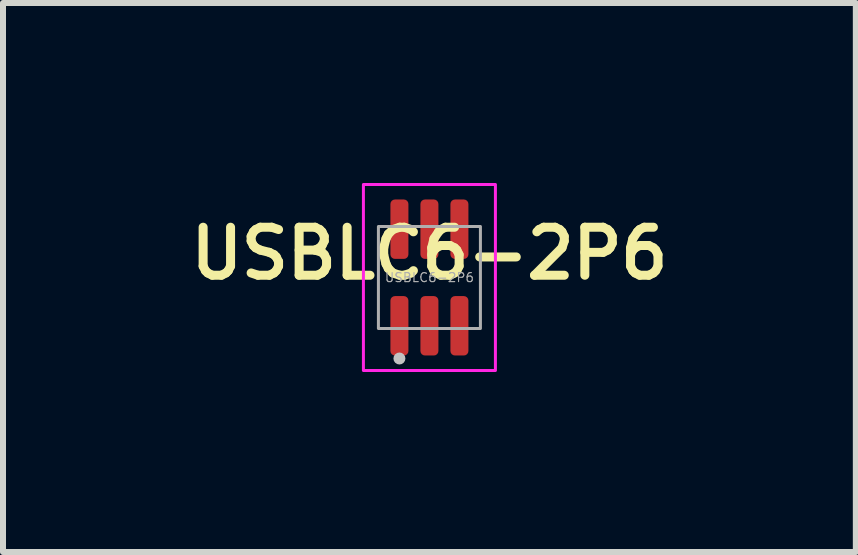
<source format=kicad_pcb>
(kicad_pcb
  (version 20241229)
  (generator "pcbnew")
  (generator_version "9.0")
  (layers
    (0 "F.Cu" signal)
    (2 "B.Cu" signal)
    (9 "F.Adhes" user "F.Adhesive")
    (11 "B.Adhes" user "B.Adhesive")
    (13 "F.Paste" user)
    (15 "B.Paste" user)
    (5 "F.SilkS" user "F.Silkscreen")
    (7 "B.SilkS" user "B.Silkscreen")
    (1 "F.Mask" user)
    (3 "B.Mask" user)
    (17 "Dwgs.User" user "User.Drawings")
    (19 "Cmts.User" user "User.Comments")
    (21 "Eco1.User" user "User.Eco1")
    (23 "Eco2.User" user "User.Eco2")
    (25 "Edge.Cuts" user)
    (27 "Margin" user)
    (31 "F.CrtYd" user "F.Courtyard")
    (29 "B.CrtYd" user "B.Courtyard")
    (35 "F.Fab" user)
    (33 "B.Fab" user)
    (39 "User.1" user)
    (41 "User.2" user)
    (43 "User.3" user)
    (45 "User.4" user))
  (footprint "USBLC6-2P6"
    (layer "F.Cu")
    (at 4.107 1.575)
    (property "Reference" "USBLC6-2P6" (at 0 -0.4 0) (unlocked yes) (layer "F.SilkS") (effects (font (size 0.8 0.8) (thickness 0.15))))
    (attr smd)
    (fp_circle (center -0.5 1.35) (end -0.45 1.35) (stroke (width 0.1) (type solid)) (fill no) (layer "Dwgs.User"))
    (fp_rect (start -1.1 -1.55) (end 1.1 1.55) (stroke (width 0.05) (type solid)) (fill no) (layer "F.CrtYd"))
    (fp_rect (start -0.85 -0.85) (end 0.85 0.85) (stroke (width 0.05) (type solid)) (fill no) (layer "F.Fab"))
    (fp_text user "${REFERENCE}" (at 0 0 0) (unlocked yes) (layer "F.Fab") (effects (font (size 0.15 0.15) (thickness 0.019))))
    (pad "1" smd roundrect (at -0.5 0.805) (size 0.3 0.99) (layers "F.Cu" "F.Mask" "F.Paste") (roundrect_rratio 0.25))
    (pad "2" smd roundrect (at 0 0.805) (size 0.3 0.99) (layers "F.Cu" "F.Mask" "F.Paste") (roundrect_rratio 0.25))
    (pad "3" smd roundrect (at 0.5 0.805) (size 0.3 0.99) (layers "F.Cu" "F.Mask" "F.Paste") (roundrect_rratio 0.25))
    (pad "4" smd roundrect (at 0.5 -0.805) (size 0.3 0.99) (layers "F.Cu" "F.Mask" "F.Paste") (roundrect_rratio 0.25))
    (pad "5" smd roundrect (at 0 -0.805) (size 0.3 0.99) (layers "F.Cu" "F.Mask" "F.Paste") (roundrect_rratio 0.25))
    (pad "6" smd roundrect (at -0.5 -0.805) (size 0.3 0.99) (layers "F.Cu" "F.Mask" "F.Paste") (roundrect_rratio 0.25)))
  (gr_rect
    (start -3 -3)
    (end 11.214 6.15)
    (stroke (width 0.1) (type default))
    (fill no)
    (layer "Edge.Cuts")))
</source>
